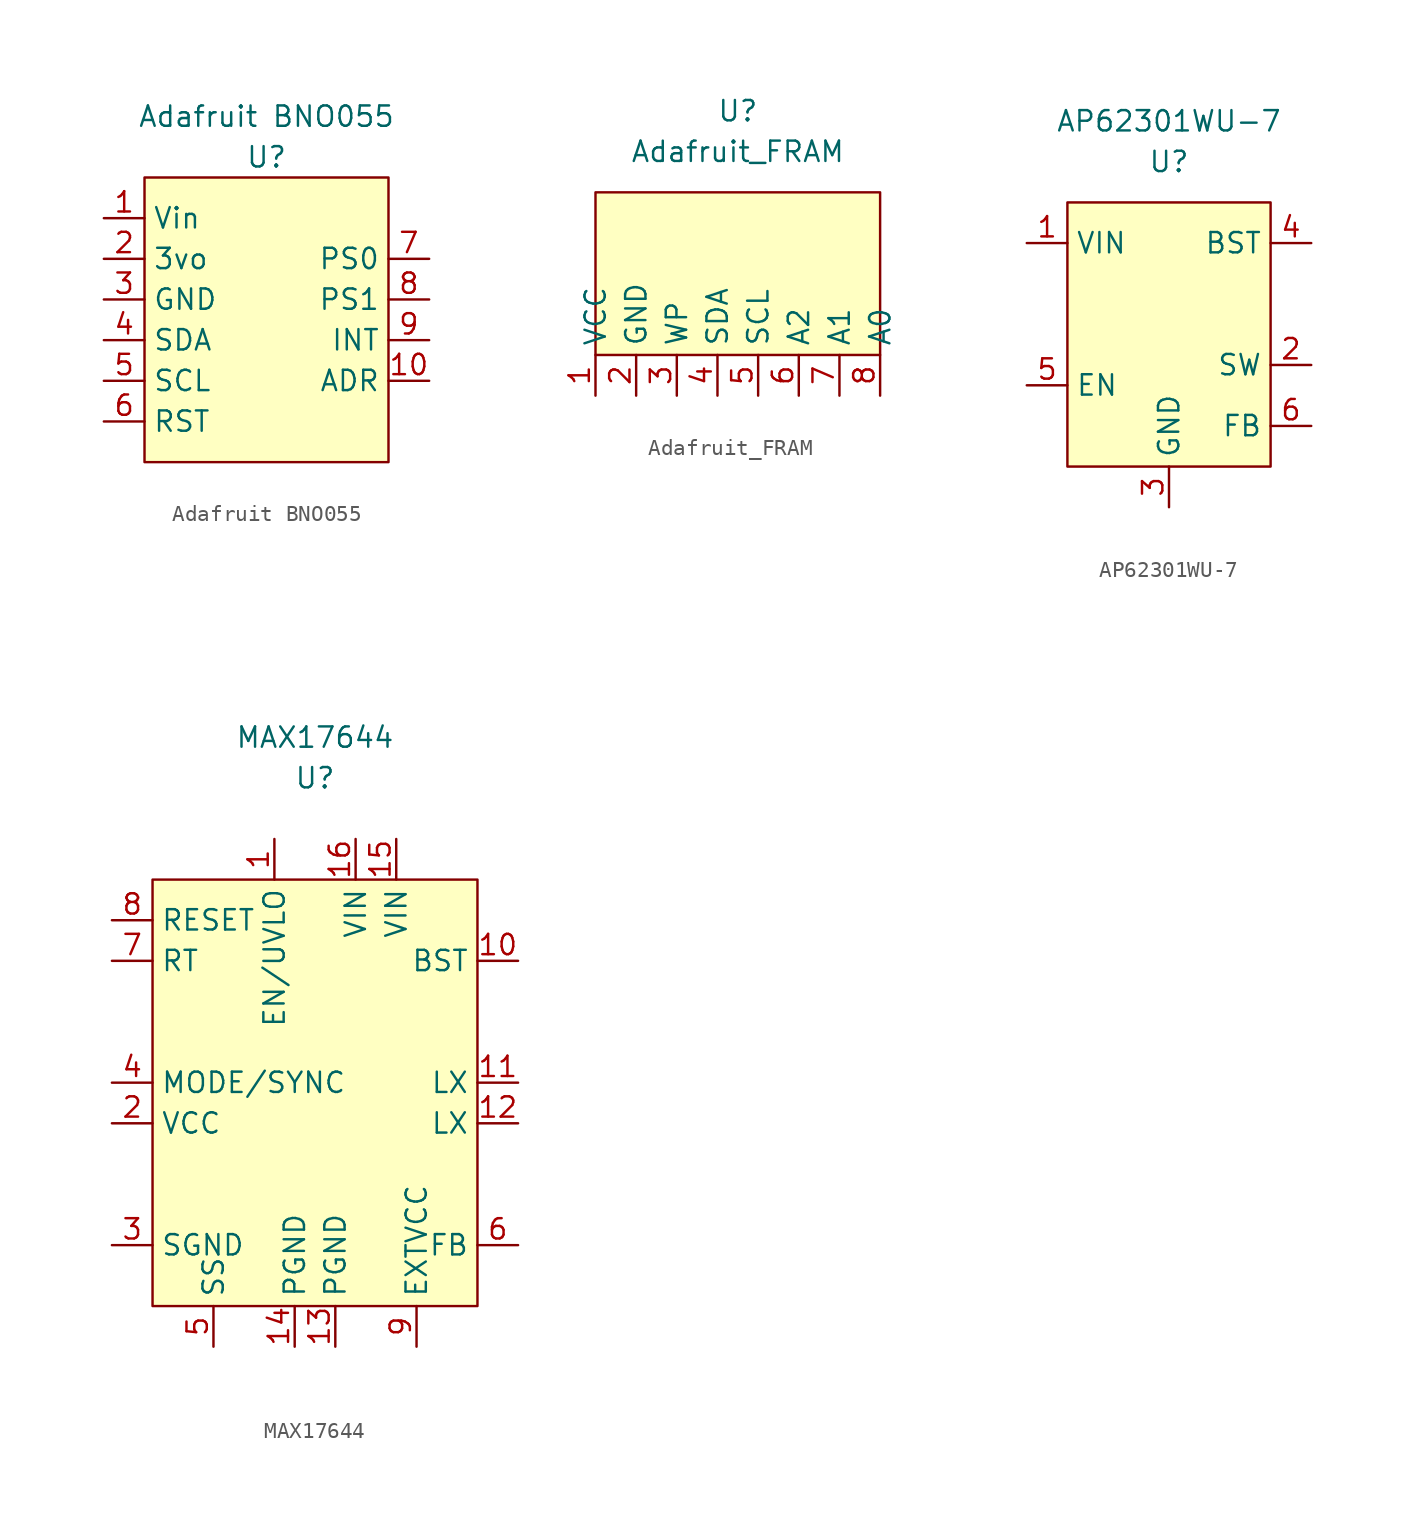
<source format=kicad_sym>
(kicad_symbol_lib
  (version 20211014)
  (generator kicad_symbol_editor)
  (symbol "Adafruit BNO055"
    (property "Reference" "U"
      (at 0 1.27 0)
      (effects (font (size 1.27 1.27))))
    (property "Value" "Adafruit BNO055"
      (at 0 3.81 0)
      (effects (font (size 1.27 1.27))))
    (symbol "Adafruit BNO055_0_1"
      (rectangle (start -7.62 0) (end 7.62 -17.78) (stroke (width 0) (type default) (color 0 0 0 0)) (fill (type background))))
    (symbol "Adafruit BNO055_1_1"
      (pin input line (at -10.16 -2.54 0) (length 2.54) (name "Vin" (effects (font (size 1.27 1.27)))) (number "1" (effects (font (size 1.27 1.27)))))
      (pin input line (at 10.16 -12.7 180) (length 2.54) (name "ADR" (effects (font (size 1.27 1.27)))) (number "10" (effects (font (size 1.27 1.27)))))
      (pin input line (at -10.16 -5.08 0) (length 2.54) (name "3vo" (effects (font (size 1.27 1.27)))) (number "2" (effects (font (size 1.27 1.27)))))
      (pin input line (at -10.16 -7.62 0) (length 2.54) (name "GND" (effects (font (size 1.27 1.27)))) (number "3" (effects (font (size 1.27 1.27)))))
      (pin input line (at -10.16 -10.16 0) (length 2.54) (name "SDA" (effects (font (size 1.27 1.27)))) (number "4" (effects (font (size 1.27 1.27)))))
      (pin input line (at -10.16 -12.7 0) (length 2.54) (name "SCL" (effects (font (size 1.27 1.27)))) (number "5" (effects (font (size 1.27 1.27)))))
      (pin input line (at -10.16 -15.24 0) (length 2.54) (name "RST" (effects (font (size 1.27 1.27)))) (number "6" (effects (font (size 1.27 1.27)))))
      (pin input line (at 10.16 -5.08 180) (length 2.54) (name "PS0" (effects (font (size 1.27 1.27)))) (number "7" (effects (font (size 1.27 1.27)))))
      (pin input line (at 10.16 -7.62 180) (length 2.54) (name "PS1" (effects (font (size 1.27 1.27)))) (number "8" (effects (font (size 1.27 1.27)))))
      (pin input line (at 10.16 -10.16 180) (length 2.54) (name "INT" (effects (font (size 1.27 1.27)))) (number "9" (effects (font (size 1.27 1.27)))))))
  (symbol "Adafruit_FRAM"
    (property "Reference" "U"
      (at 0 5.08 0)
      (effects (font (size 1.27 1.27))))
    (property "Value" "Adafruit_FRAM"
      (at 0 2.54 0)
      (effects (font (size 1.27 1.27))))
    (symbol "Adafruit_FRAM_0_1"
      (rectangle (start -8.89 -10.16) (end 8.89 0) (stroke (width 0) (type default) (color 0 0 0 0)) (fill (type background))))
    (symbol "Adafruit_FRAM_1_1"
      (pin input line (at -8.89 -12.7 90) (length 2.54) (name "VCC" (effects (font (size 1.27 1.27)))) (number "1" (effects (font (size 1.27 1.27)))))
      (pin input line (at -6.35 -12.7 90) (length 2.54) (name "GND" (effects (font (size 1.27 1.27)))) (number "2" (effects (font (size 1.27 1.27)))))
      (pin input line (at -3.81 -12.7 90) (length 2.54) (name "WP" (effects (font (size 1.27 1.27)))) (number "3" (effects (font (size 1.27 1.27)))))
      (pin input line (at -1.27 -12.7 90) (length 2.54) (name "SDA" (effects (font (size 1.27 1.27)))) (number "4" (effects (font (size 1.27 1.27)))))
      (pin input line (at 1.27 -12.7 90) (length 2.54) (name "SCL" (effects (font (size 1.27 1.27)))) (number "5" (effects (font (size 1.27 1.27)))))
      (pin input line (at 3.81 -12.7 90) (length 2.54) (name "A2" (effects (font (size 1.27 1.27)))) (number "6" (effects (font (size 1.27 1.27)))))
      (pin input line (at 6.35 -12.7 90) (length 2.54) (name "A1" (effects (font (size 1.27 1.27)))) (number "7" (effects (font (size 1.27 1.27)))))
      (pin input line (at 8.89 -12.7 90) (length 2.54) (name "A0" (effects (font (size 1.27 1.27)))) (number "8" (effects (font (size 1.27 1.27)))))))
  (symbol "AP62301WU-7"
    (property "Reference" "U"
      (at 0 1.27 0)
      (effects (font (size 1.27 1.27))))
    (property "Value" "AP62301WU-7"
      (at 0 3.81 0)
      (effects (font (size 1.27 1.27))))
    (symbol "AP62301WU-7_0_1"
      (rectangle (start -6.35 -1.27) (end 6.35 -17.78) (stroke (width 0) (type default) (color 0 0 0 0)) (fill (type background))))
    (symbol "AP62301WU-7_1_1"
      (pin input line (at -8.89 -3.81 0) (length 2.54) (name "VIN" (effects (font (size 1.27 1.27)))) (number "1" (effects (font (size 1.27 1.27)))))
      (pin input line (at 8.89 -11.43 180) (length 2.54) (name "SW" (effects (font (size 1.27 1.27)))) (number "2" (effects (font (size 1.27 1.27)))))
      (pin input line (at 0 -20.32 90) (length 2.54) (name "GND" (effects (font (size 1.27 1.27)))) (number "3" (effects (font (size 1.27 1.27)))))
      (pin input line (at 8.89 -3.81 180) (length 2.54) (name "BST" (effects (font (size 1.27 1.27)))) (number "4" (effects (font (size 1.27 1.27)))))
      (pin input line (at -8.89 -12.7 0) (length 2.54) (name "EN" (effects (font (size 1.27 1.27)))) (number "5" (effects (font (size 1.27 1.27)))))
      (pin input line (at 8.89 -15.24 180) (length 2.54) (name "FB" (effects (font (size 1.27 1.27)))) (number "6" (effects (font (size 1.27 1.27)))))))
  (symbol "MAX17644"
    (property "Reference" "U"
      (at 0 1.27 0)
      (effects (font (size 1.27 1.27))))
    (property "Value" "MAX17644"
      (at 0 3.81 0)
      (effects (font (size 1.27 1.27))))
    (symbol "MAX17644_0_1"
      (rectangle (start -10.16 -5.08) (end 10.16 -31.75) (stroke (width 0) (type default) (color 0 0 0 0)) (fill (type background))))
    (symbol "MAX17644_1_1"
      (pin input line (at -2.54 -2.54 270) (length 2.54) (name "EN/UVLO" (effects (font (size 1.27 1.27)))) (number "1" (effects (font (size 1.27 1.27)))))
      (pin input line (at 12.7 -10.16 180) (length 2.54) (name "BST" (effects (font (size 1.27 1.27)))) (number "10" (effects (font (size 1.27 1.27)))))
      (pin input line (at 12.7 -17.78 180) (length 2.54) (name "LX" (effects (font (size 1.27 1.27)))) (number "11" (effects (font (size 1.27 1.27)))))
      (pin input line (at 12.7 -20.32 180) (length 2.54) (name "LX" (effects (font (size 1.27 1.27)))) (number "12" (effects (font (size 1.27 1.27)))))
      (pin input line (at 1.27 -34.29 90) (length 2.54) (name "PGND" (effects (font (size 1.27 1.27)))) (number "13" (effects (font (size 1.27 1.27)))))
      (pin input line (at -1.27 -34.29 90) (length 2.54) (name "PGND" (effects (font (size 1.27 1.27)))) (number "14" (effects (font (size 1.27 1.27)))))
      (pin input line (at 5.08 -2.54 270) (length 2.54) (name "VIN" (effects (font (size 1.27 1.27)))) (number "15" (effects (font (size 1.27 1.27)))))
      (pin input line (at 2.54 -2.54 270) (length 2.54) (name "VIN" (effects (font (size 1.27 1.27)))) (number "16" (effects (font (size 1.27 1.27)))))
      (pin input line (at -12.7 -20.32 0) (length 2.54) (name "VCC" (effects (font (size 1.27 1.27)))) (number "2" (effects (font (size 1.27 1.27)))))
      (pin input line (at -12.7 -27.94 0) (length 2.54) (name "SGND" (effects (font (size 1.27 1.27)))) (number "3" (effects (font (size 1.27 1.27)))))
      (pin input line (at -12.7 -17.78 0) (length 2.54) (name "MODE/SYNC" (effects (font (size 1.27 1.27)))) (number "4" (effects (font (size 1.27 1.27)))))
      (pin input line (at -6.35 -34.29 90) (length 2.54) (name "SS" (effects (font (size 1.27 1.27)))) (number "5" (effects (font (size 1.27 1.27)))))
      (pin input line (at 12.7 -27.94 180) (length 2.54) (name "FB" (effects (font (size 1.27 1.27)))) (number "6" (effects (font (size 1.27 1.27)))))
      (pin input line (at -12.7 -10.16 0) (length 2.54) (name "RT" (effects (font (size 1.27 1.27)))) (number "7" (effects (font (size 1.27 1.27)))))
      (pin input line (at -12.7 -7.62 0) (length 2.54) (name "RESET" (effects (font (size 1.27 1.27)))) (number "8" (effects (font (size 1.27 1.27)))))
      (pin input line (at 6.35 -34.29 90) (length 2.54) (name "EXTVCC" (effects (font (size 1.27 1.27)))) (number "9" (effects (font (size 1.27 1.27))))))))
</source>
